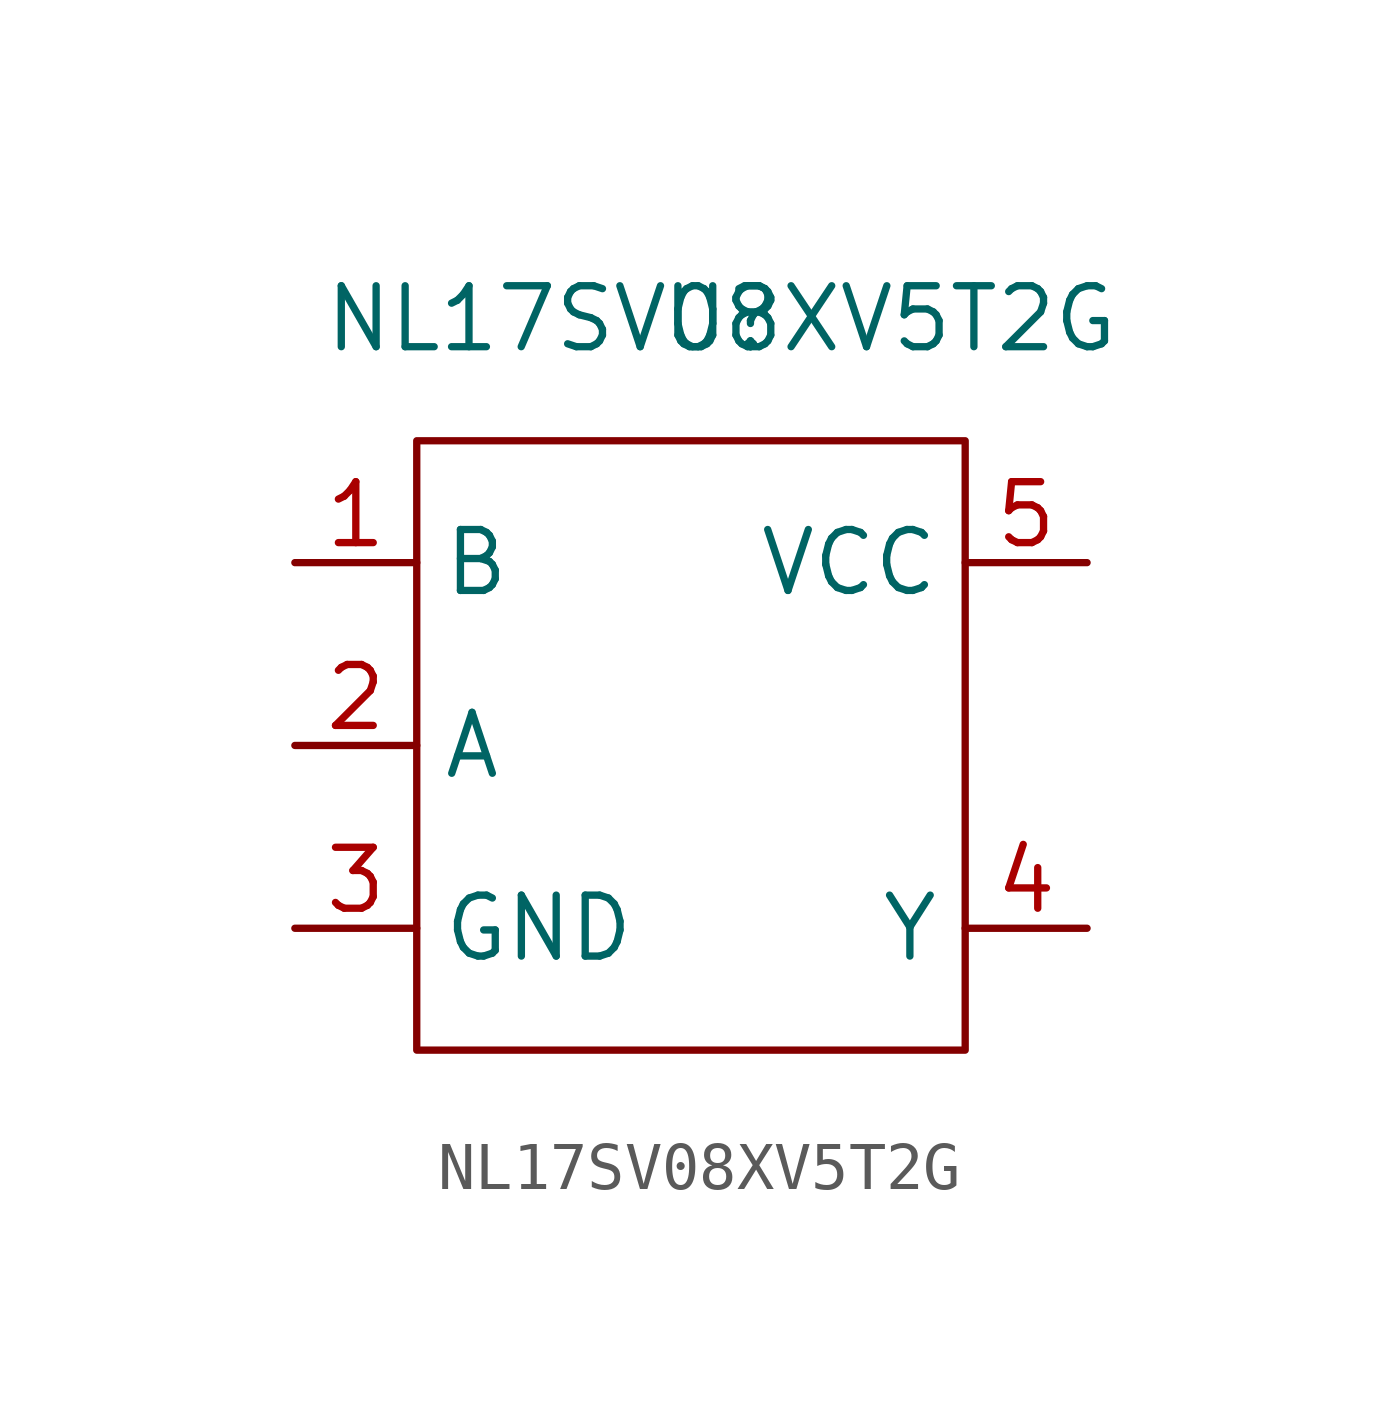
<source format=kicad_sym>
(kicad_symbol_lib
  (version 20220331)
  (generator kicad_symbol_editor)
  (symbol "NL17SV08XV5T2G"
    (property "Reference" "U"
      (at 0 0 0)
      (effects (font (size 1.27 1.27))))
    (property "Value" "NL17SV08XV5T2G"
      (at 0 0 0)
      (effects (font (size 1.27 1.27))))
    (symbol "NL17SV08XV5T2G_0_1"
      (rectangle (start -6.35 -2.54) (end 5.08 -15.24) (stroke (width 0) (type default)) (fill (type none))))
    (symbol "NL17SV08XV5T2G_1_1"
      (pin input line (at -8.89 -5.08 0) (length 2.54) (name "B" (effects (font (size 1.27 1.27)))) (number "1" (effects (font (size 1.27 1.27)))))
      (pin input line (at -8.89 -8.89 0) (length 2.54) (name "A" (effects (font (size 1.27 1.27)))) (number "2" (effects (font (size 1.27 1.27)))))
      (pin power_out line (at -8.89 -12.7 0) (length 2.54) (name "GND" (effects (font (size 1.27 1.27)))) (number "3" (effects (font (size 1.27 1.27)))))
      (pin output line (at 7.62 -12.7 180) (length 2.54) (name "Y" (effects (font (size 1.27 1.27)))) (number "4" (effects (font (size 1.27 1.27)))))
      (pin power_in line (at 7.62 -5.08 180) (length 2.54) (name "VCC" (effects (font (size 1.27 1.27)))) (number "5" (effects (font (size 1.27 1.27))))))))
</source>
